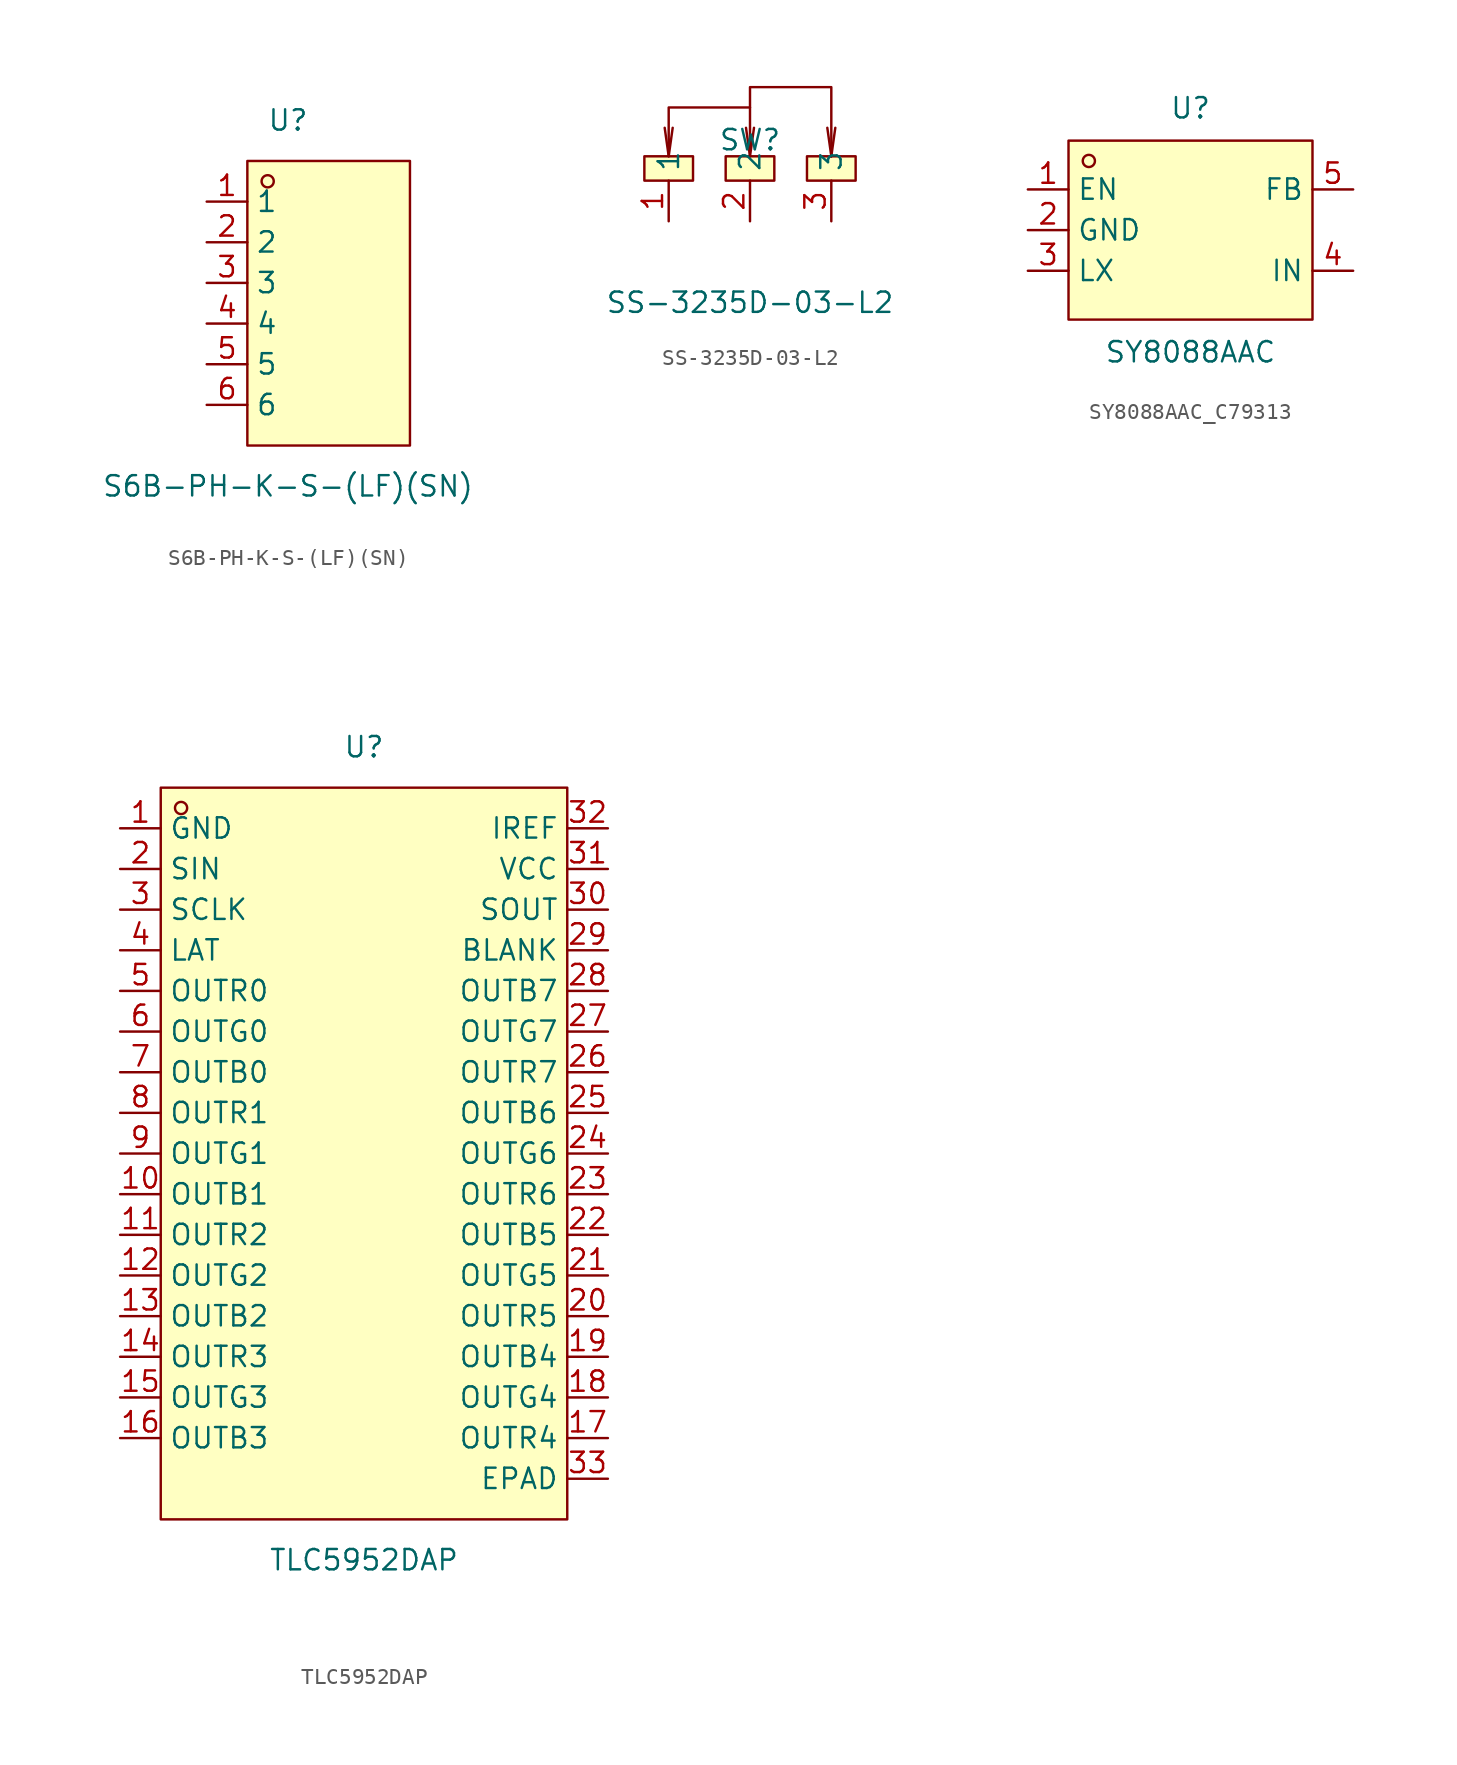
<source format=kicad_sym>
(kicad_symbol_lib
  (version 20211014)
  (generator https://github.com/uPesy/easyeda2kicad.py)
  (symbol "S6B-PH-K-S-(LF)(SN)"
    (property "Reference" "U"
      (at 0 12.70 0)
      (effects (font (size 1.27 1.27))))
    (property "Value" "S6B-PH-K-S-(LF)(SN)"
      (at 0 -10.16 0)
      (effects (font (size 1.27 1.27))))
    (symbol "S6B-PH-K-S-(LF)(SN)_0_1"
      (rectangle (start -2.54 10.16) (end 7.62 -7.62) (stroke (width 0) (type default) (color 0 0 0 0)) (fill (type background)))
      (circle (center -1.27 8.89) (radius 0.38) (stroke (width 0) (type default) (color 0 0 0 0)) (fill (type none)))
      (pin unspecified line (at -5.08 7.62 0) (length 2.54) (name "1" (effects (font (size 1.27 1.27)))) (number "1" (effects (font (size 1.27 1.27)))))
      (pin unspecified line (at -5.08 5.08 0) (length 2.54) (name "2" (effects (font (size 1.27 1.27)))) (number "2" (effects (font (size 1.27 1.27)))))
      (pin unspecified line (at -5.08 2.54 0) (length 2.54) (name "3" (effects (font (size 1.27 1.27)))) (number "3" (effects (font (size 1.27 1.27)))))
      (pin unspecified line (at -5.08 -0.00 0) (length 2.54) (name "4" (effects (font (size 1.27 1.27)))) (number "4" (effects (font (size 1.27 1.27)))))
      (pin unspecified line (at -5.08 -2.54 0) (length 2.54) (name "5" (effects (font (size 1.27 1.27)))) (number "5" (effects (font (size 1.27 1.27)))))
      (pin unspecified line (at -5.08 -5.08 0) (length 2.54) (name "6" (effects (font (size 1.27 1.27)))) (number "6" (effects (font (size 1.27 1.27)))))))
  (symbol "SS-3235D-03-L2"
    (property "Reference" "SW"
      (at 0 0.00 0)
      (effects (font (size 1.27 1.27))))
    (property "Value" "SS-3235D-03-L2"
      (at 0 -10.16 0)
      (effects (font (size 1.27 1.27))))
    (symbol "SS-3235D-03-L2_0_1"
      (rectangle (start -6.60 -1.02) (end -3.56 -2.54) (stroke (width 0) (type default) (color 0 0 0 0)) (fill (type background)))
      (rectangle (start -1.52 -1.02) (end 1.52 -2.54) (stroke (width 0) (type default) (color 0 0 0 0)) (fill (type background)))
      (rectangle (start 3.56 -1.02) (end 6.60 -2.54) (stroke (width 0) (type default) (color 0 0 0 0)) (fill (type background)))
      (polyline (pts (xy 5.08 -1.02) (xy 5.08 3.30) (xy 0.00 3.30) (xy 0.00 -1.02) (xy 0.25 0.76)) (stroke (width 0) (type default) (color 0 0 0 0)) (fill (type none)))
      (polyline (pts (xy 0.00 -1.02) (xy -0.25 0.76)) (stroke (width 0) (type default) (color 0 0 0 0)) (fill (type none)))
      (polyline (pts (xy 5.08 -1.02) (xy 5.33 0.76)) (stroke (width 0) (type default) (color 0 0 0 0)) (fill (type none)))
      (polyline (pts (xy 5.08 -1.02) (xy 4.83 0.76)) (stroke (width 0) (type default) (color 0 0 0 0)) (fill (type none)))
      (polyline (pts (xy 0.00 2.03) (xy -5.08 2.03) (xy -5.08 -1.02) (xy -4.83 0.76)) (stroke (width 0) (type default) (color 0 0 0 0)) (fill (type none)))
      (polyline (pts (xy -5.08 -1.02) (xy -5.33 0.76)) (stroke (width 0) (type default) (color 0 0 0 0)) (fill (type none)))
      (pin unspecified line (at -5.08 -5.08 90) (length 2.54) (name "1" (effects (font (size 1.27 1.27)))) (number "1" (effects (font (size 1.27 1.27)))))
      (pin unspecified line (at 0.00 -5.08 90) (length 2.54) (name "2" (effects (font (size 1.27 1.27)))) (number "2" (effects (font (size 1.27 1.27)))))
      (pin unspecified line (at 5.08 -5.08 90) (length 2.54) (name "3" (effects (font (size 1.27 1.27)))) (number "3" (effects (font (size 1.27 1.27)))))))
  (symbol "SY8088AAC_C79313"
    (property "Reference" "U"
      (at 0 7.62 0)
      (effects (font (size 1.27 1.27))))
    (property "Value" "SY8088AAC"
      (at 0 -7.62 0)
      (effects (font (size 1.27 1.27))))
    (symbol "SY8088AAC_C79313_0_1"
      (rectangle (start -7.62 5.59) (end 7.62 -5.59) (stroke (width 0) (type default) (color 0 0 0 0)) (fill (type background)))
      (circle (center -6.35 4.32) (radius 0.38) (stroke (width 0) (type default) (color 0 0 0 0)) (fill (type none)))
      (pin input line (at -10.16 2.54 0) (length 2.54) (name "EN" (effects (font (size 1.27 1.27)))) (number "1" (effects (font (size 1.27 1.27)))))
      (pin power_in line (at -10.16 -0.00 0) (length 2.54) (name "GND" (effects (font (size 1.27 1.27)))) (number "2" (effects (font (size 1.27 1.27)))))
      (pin output line (at -10.16 -2.54 0) (length 2.54) (name "LX" (effects (font (size 1.27 1.27)))) (number "3" (effects (font (size 1.27 1.27)))))
      (pin power_in line (at 10.16 -2.54 180) (length 2.54) (name "IN" (effects (font (size 1.27 1.27)))) (number "4" (effects (font (size 1.27 1.27)))))
      (pin input line (at 10.16 2.54 180) (length 2.54) (name "FB" (effects (font (size 1.27 1.27)))) (number "5" (effects (font (size 1.27 1.27)))))))
  (symbol "TLC5952DAP"
    (property "Reference" "U"
      (at 0 25.40 0)
      (effects (font (size 1.27 1.27))))
    (property "Value" "TLC5952DAP"
      (at 0 -25.40 0)
      (effects (font (size 1.27 1.27))))
    (symbol "TLC5952DAP_0_1"
      (rectangle (start -12.70 22.86) (end 12.70 -22.86) (stroke (width 0) (type default) (color 0 0 0 0)) (fill (type background)))
      (circle (center -11.43 21.59) (radius 0.38) (stroke (width 0) (type default) (color 0 0 0 0)) (fill (type none)))
      (pin unspecified line (at -15.24 20.32 0) (length 2.54) (name "GND" (effects (font (size 1.27 1.27)))) (number "1" (effects (font (size 1.27 1.27)))))
      (pin unspecified line (at -15.24 17.78 0) (length 2.54) (name "SIN" (effects (font (size 1.27 1.27)))) (number "2" (effects (font (size 1.27 1.27)))))
      (pin unspecified line (at -15.24 15.24 0) (length 2.54) (name "SCLK" (effects (font (size 1.27 1.27)))) (number "3" (effects (font (size 1.27 1.27)))))
      (pin unspecified line (at -15.24 12.70 0) (length 2.54) (name "LAT" (effects (font (size 1.27 1.27)))) (number "4" (effects (font (size 1.27 1.27)))))
      (pin unspecified line (at -15.24 10.16 0) (length 2.54) (name "OUTR0" (effects (font (size 1.27 1.27)))) (number "5" (effects (font (size 1.27 1.27)))))
      (pin unspecified line (at -15.24 7.62 0) (length 2.54) (name "OUTG0" (effects (font (size 1.27 1.27)))) (number "6" (effects (font (size 1.27 1.27)))))
      (pin unspecified line (at -15.24 5.08 0) (length 2.54) (name "OUTB0" (effects (font (size 1.27 1.27)))) (number "7" (effects (font (size 1.27 1.27)))))
      (pin unspecified line (at -15.24 2.54 0) (length 2.54) (name "OUTR1" (effects (font (size 1.27 1.27)))) (number "8" (effects (font (size 1.27 1.27)))))
      (pin unspecified line (at -15.24 -0.00 0) (length 2.54) (name "OUTG1" (effects (font (size 1.27 1.27)))) (number "9" (effects (font (size 1.27 1.27)))))
      (pin unspecified line (at -15.24 -2.54 0) (length 2.54) (name "OUTB1" (effects (font (size 1.27 1.27)))) (number "10" (effects (font (size 1.27 1.27)))))
      (pin unspecified line (at -15.24 -5.08 0) (length 2.54) (name "OUTR2" (effects (font (size 1.27 1.27)))) (number "11" (effects (font (size 1.27 1.27)))))
      (pin unspecified line (at -15.24 -7.62 0) (length 2.54) (name "OUTG2" (effects (font (size 1.27 1.27)))) (number "12" (effects (font (size 1.27 1.27)))))
      (pin unspecified line (at -15.24 -10.16 0) (length 2.54) (name "OUTB2" (effects (font (size 1.27 1.27)))) (number "13" (effects (font (size 1.27 1.27)))))
      (pin unspecified line (at -15.24 -12.70 0) (length 2.54) (name "OUTR3" (effects (font (size 1.27 1.27)))) (number "14" (effects (font (size 1.27 1.27)))))
      (pin unspecified line (at -15.24 -15.24 0) (length 2.54) (name "OUTG3" (effects (font (size 1.27 1.27)))) (number "15" (effects (font (size 1.27 1.27)))))
      (pin unspecified line (at -15.24 -17.78 0) (length 2.54) (name "OUTB3" (effects (font (size 1.27 1.27)))) (number "16" (effects (font (size 1.27 1.27)))))
      (pin unspecified line (at 15.24 -17.78 180) (length 2.54) (name "OUTR4" (effects (font (size 1.27 1.27)))) (number "17" (effects (font (size 1.27 1.27)))))
      (pin unspecified line (at 15.24 -15.24 180) (length 2.54) (name "OUTG4" (effects (font (size 1.27 1.27)))) (number "18" (effects (font (size 1.27 1.27)))))
      (pin unspecified line (at 15.24 -12.70 180) (length 2.54) (name "OUTB4" (effects (font (size 1.27 1.27)))) (number "19" (effects (font (size 1.27 1.27)))))
      (pin unspecified line (at 15.24 -10.16 180) (length 2.54) (name "OUTR5" (effects (font (size 1.27 1.27)))) (number "20" (effects (font (size 1.27 1.27)))))
      (pin unspecified line (at 15.24 -7.62 180) (length 2.54) (name "OUTG5" (effects (font (size 1.27 1.27)))) (number "21" (effects (font (size 1.27 1.27)))))
      (pin unspecified line (at 15.24 -5.08 180) (length 2.54) (name "OUTB5" (effects (font (size 1.27 1.27)))) (number "22" (effects (font (size 1.27 1.27)))))
      (pin unspecified line (at 15.24 -2.54 180) (length 2.54) (name "OUTR6" (effects (font (size 1.27 1.27)))) (number "23" (effects (font (size 1.27 1.27)))))
      (pin unspecified line (at 15.24 -0.00 180) (length 2.54) (name "OUTG6" (effects (font (size 1.27 1.27)))) (number "24" (effects (font (size 1.27 1.27)))))
      (pin unspecified line (at 15.24 2.54 180) (length 2.54) (name "OUTB6" (effects (font (size 1.27 1.27)))) (number "25" (effects (font (size 1.27 1.27)))))
      (pin unspecified line (at 15.24 5.08 180) (length 2.54) (name "OUTR7" (effects (font (size 1.27 1.27)))) (number "26" (effects (font (size 1.27 1.27)))))
      (pin unspecified line (at 15.24 7.62 180) (length 2.54) (name "OUTG7" (effects (font (size 1.27 1.27)))) (number "27" (effects (font (size 1.27 1.27)))))
      (pin unspecified line (at 15.24 10.16 180) (length 2.54) (name "OUTB7" (effects (font (size 1.27 1.27)))) (number "28" (effects (font (size 1.27 1.27)))))
      (pin unspecified line (at 15.24 12.70 180) (length 2.54) (name "BLANK" (effects (font (size 1.27 1.27)))) (number "29" (effects (font (size 1.27 1.27)))))
      (pin unspecified line (at 15.24 15.24 180) (length 2.54) (name "SOUT" (effects (font (size 1.27 1.27)))) (number "30" (effects (font (size 1.27 1.27)))))
      (pin unspecified line (at 15.24 17.78 180) (length 2.54) (name "VCC" (effects (font (size 1.27 1.27)))) (number "31" (effects (font (size 1.27 1.27)))))
      (pin unspecified line (at 15.24 20.32 180) (length 2.54) (name "IREF" (effects (font (size 1.27 1.27)))) (number "32" (effects (font (size 1.27 1.27)))))
      (pin unspecified line (at 15.24 -20.32 180) (length 2.54) (name "EPAD" (effects (font (size 1.27 1.27)))) (number "33" (effects (font (size 1.27 1.27))))))))
</source>
